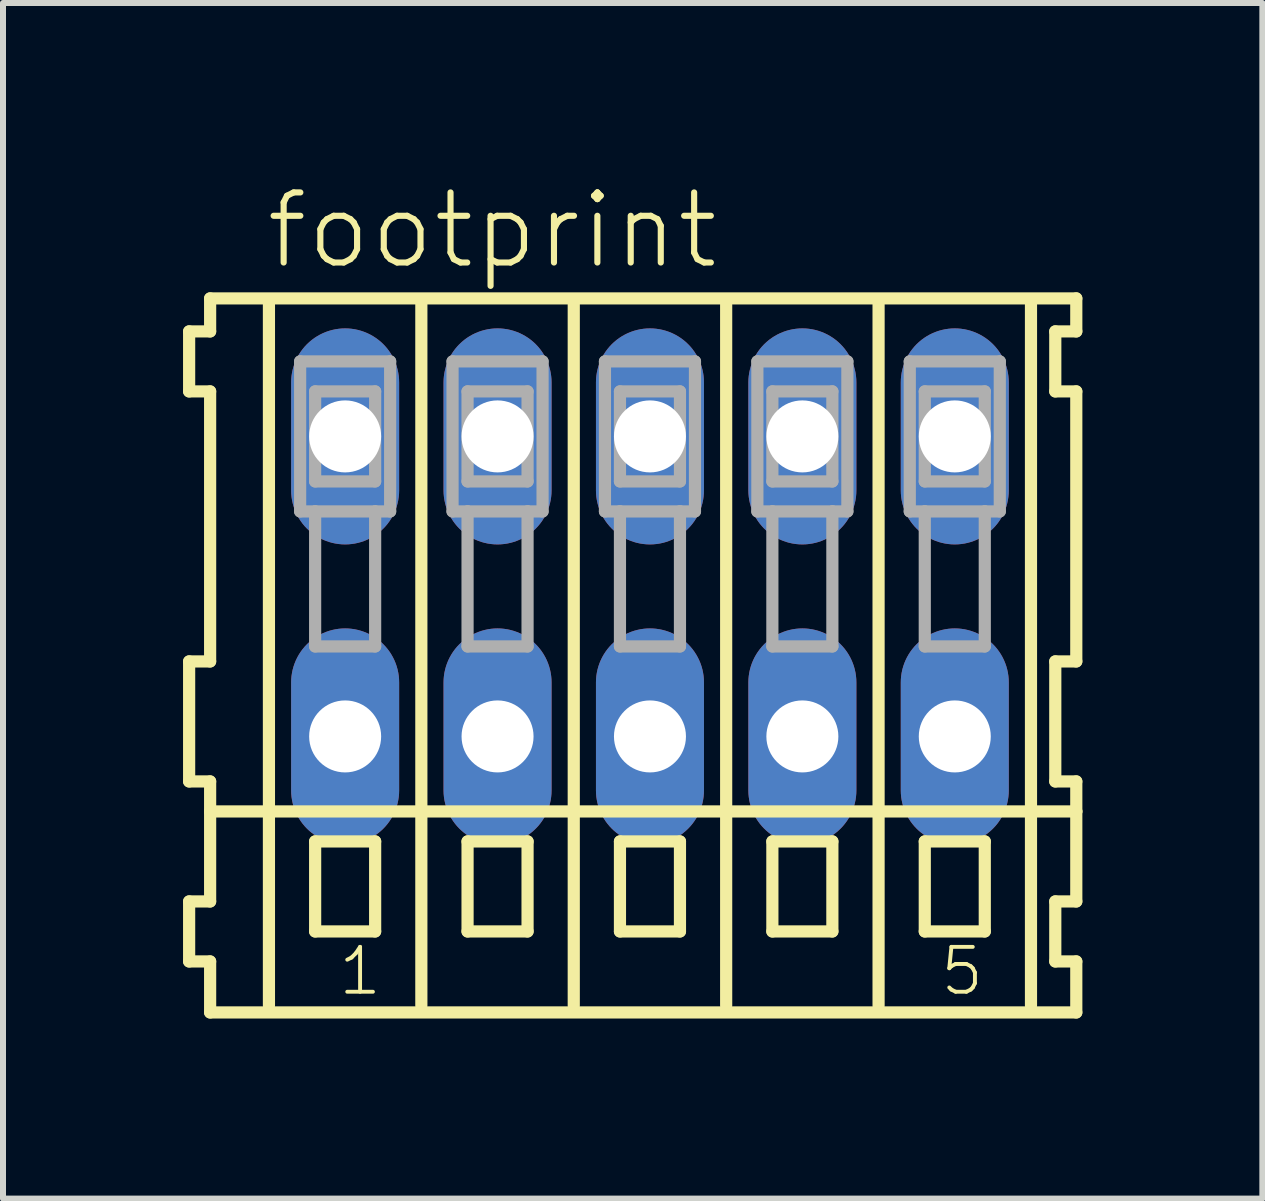
<source format=kicad_pcb>
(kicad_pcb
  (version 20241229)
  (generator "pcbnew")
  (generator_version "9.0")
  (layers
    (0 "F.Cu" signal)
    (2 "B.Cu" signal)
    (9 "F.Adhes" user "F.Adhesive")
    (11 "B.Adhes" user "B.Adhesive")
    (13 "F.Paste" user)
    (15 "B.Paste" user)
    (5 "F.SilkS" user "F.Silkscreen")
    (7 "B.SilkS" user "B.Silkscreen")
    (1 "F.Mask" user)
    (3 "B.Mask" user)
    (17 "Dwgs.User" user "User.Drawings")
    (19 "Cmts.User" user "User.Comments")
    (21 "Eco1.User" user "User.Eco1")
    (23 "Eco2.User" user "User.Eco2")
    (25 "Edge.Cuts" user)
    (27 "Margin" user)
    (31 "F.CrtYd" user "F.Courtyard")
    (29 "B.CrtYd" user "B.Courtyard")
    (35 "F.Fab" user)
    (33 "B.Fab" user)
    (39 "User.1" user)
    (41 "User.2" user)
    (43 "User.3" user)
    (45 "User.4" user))
  (footprint "footprint"
    (layer "F.Cu")
    (at 7.782 6.723)
    (property "Reference" "footprint" (at -6.45 -5.25 0) (layer "F.SilkS") (effects (font (size 1.168 1.168) (thickness 0.102)) (justify left bottom)))
    (fp_line (start -7.68 -4.25) (end -7.68 -3.25) (stroke (width 0.203) (type solid)) (layer "F.SilkS"))
    (fp_line (start -7.68 -3.25) (end -7.33 -3.25) (stroke (width 0.203) (type solid)) (layer "F.SilkS"))
    (fp_line (start -7.68 1.25) (end -7.68 3.25) (stroke (width 0.203) (type solid)) (layer "F.SilkS"))
    (fp_line (start -7.68 3.25) (end -7.33 3.25) (stroke (width 0.203) (type solid)) (layer "F.SilkS"))
    (fp_line (start -7.68 5.25) (end -7.68 6.25) (stroke (width 0.203) (type solid)) (layer "F.SilkS"))
    (fp_line (start -7.68 6.25) (end -7.33 6.25) (stroke (width 0.203) (type solid)) (layer "F.SilkS"))
    (fp_line (start -7.33 -4.8) (end -7.33 -4.25) (stroke (width 0.203) (type solid)) (layer "F.SilkS"))
    (fp_line (start -7.33 -4.25) (end -7.68 -4.25) (stroke (width 0.203) (type solid)) (layer "F.SilkS"))
    (fp_line (start -7.33 -3.25) (end -7.33 1.25) (stroke (width 0.203) (type solid)) (layer "F.SilkS"))
    (fp_line (start -7.33 1.25) (end -7.68 1.25) (stroke (width 0.203) (type solid)) (layer "F.SilkS"))
    (fp_line (start -7.33 3.25) (end -7.33 5.25) (stroke (width 0.203) (type solid)) (layer "F.SilkS"))
    (fp_line (start -7.33 3.75) (end 7.105 3.75) (stroke (width 0.203) (type solid)) (layer "F.SilkS"))
    (fp_line (start -7.33 5.25) (end -7.68 5.25) (stroke (width 0.203) (type solid)) (layer "F.SilkS"))
    (fp_line (start -7.33 6.25) (end -7.33 7.1) (stroke (width 0.203) (type solid)) (layer "F.SilkS"))
    (fp_line (start -7.33 7.1) (end 7.105 7.1) (stroke (width 0.203) (type solid)) (layer "F.SilkS"))
    (fp_line (start -6.35 6.985) (end -6.35 -4.699) (stroke (width 0.203) (type solid)) (layer "F.SilkS"))
    (fp_line (start -5.58 4.25) (end -5.58 5.75) (stroke (width 0.203) (type solid)) (layer "F.SilkS"))
    (fp_line (start -5.58 5.75) (end -4.58 5.75) (stroke (width 0.203) (type solid)) (layer "F.SilkS"))
    (fp_line (start -4.58 4.25) (end -5.58 4.25) (stroke (width 0.203) (type solid)) (layer "F.SilkS"))
    (fp_line (start -4.58 5.75) (end -4.58 4.25) (stroke (width 0.203) (type solid)) (layer "F.SilkS"))
    (fp_line (start -3.81 6.985) (end -3.81 -4.699) (stroke (width 0.203) (type solid)) (layer "F.SilkS"))
    (fp_line (start -3.04 4.25) (end -3.04 5.75) (stroke (width 0.203) (type solid)) (layer "F.SilkS"))
    (fp_line (start -3.04 5.75) (end -2.04 5.75) (stroke (width 0.203) (type solid)) (layer "F.SilkS"))
    (fp_line (start -2.04 4.25) (end -3.04 4.25) (stroke (width 0.203) (type solid)) (layer "F.SilkS"))
    (fp_line (start -2.04 5.75) (end -2.04 4.25) (stroke (width 0.203) (type solid)) (layer "F.SilkS"))
    (fp_line (start -1.27 6.985) (end -1.27 -4.699) (stroke (width 0.203) (type solid)) (layer "F.SilkS"))
    (fp_line (start -0.5 4.25) (end -0.5 5.75) (stroke (width 0.203) (type solid)) (layer "F.SilkS"))
    (fp_line (start -0.5 5.75) (end 0.5 5.75) (stroke (width 0.203) (type solid)) (layer "F.SilkS"))
    (fp_line (start 0.5 4.25) (end -0.5 4.25) (stroke (width 0.203) (type solid)) (layer "F.SilkS"))
    (fp_line (start 0.5 5.75) (end 0.5 4.25) (stroke (width 0.203) (type solid)) (layer "F.SilkS"))
    (fp_line (start 1.27 6.985) (end 1.27 -4.699) (stroke (width 0.203) (type solid)) (layer "F.SilkS"))
    (fp_line (start 2.04 4.25) (end 2.04 5.75) (stroke (width 0.203) (type solid)) (layer "F.SilkS"))
    (fp_line (start 2.04 5.75) (end 3.04 5.75) (stroke (width 0.203) (type solid)) (layer "F.SilkS"))
    (fp_line (start 3.04 4.25) (end 2.04 4.25) (stroke (width 0.203) (type solid)) (layer "F.SilkS"))
    (fp_line (start 3.04 5.75) (end 3.04 4.25) (stroke (width 0.203) (type solid)) (layer "F.SilkS"))
    (fp_line (start 3.81 6.985) (end 3.81 -4.699) (stroke (width 0.203) (type solid)) (layer "F.SilkS"))
    (fp_line (start 4.58 4.25) (end 4.58 5.75) (stroke (width 0.203) (type solid)) (layer "F.SilkS"))
    (fp_line (start 4.58 5.75) (end 5.58 5.75) (stroke (width 0.203) (type solid)) (layer "F.SilkS"))
    (fp_line (start 5.58 4.25) (end 4.58 4.25) (stroke (width 0.203) (type solid)) (layer "F.SilkS"))
    (fp_line (start 5.58 5.75) (end 5.58 4.25) (stroke (width 0.203) (type solid)) (layer "F.SilkS"))
    (fp_line (start 6.35 6.985) (end 6.35 -4.699) (stroke (width 0.203) (type solid)) (layer "F.SilkS"))
    (fp_line (start 6.755 -4.25) (end 6.755 -3.25) (stroke (width 0.203) (type solid)) (layer "F.SilkS"))
    (fp_line (start 6.755 -3.25) (end 7.105 -3.25) (stroke (width 0.203) (type solid)) (layer "F.SilkS"))
    (fp_line (start 6.755 1.25) (end 6.755 3.25) (stroke (width 0.203) (type solid)) (layer "F.SilkS"))
    (fp_line (start 6.755 3.25) (end 7.105 3.25) (stroke (width 0.203) (type solid)) (layer "F.SilkS"))
    (fp_line (start 6.755 5.25) (end 6.755 6.25) (stroke (width 0.203) (type solid)) (layer "F.SilkS"))
    (fp_line (start 6.755 6.25) (end 7.105 6.25) (stroke (width 0.203) (type solid)) (layer "F.SilkS"))
    (fp_line (start 7.105 -4.8) (end -7.33 -4.8) (stroke (width 0.203) (type solid)) (layer "F.SilkS"))
    (fp_line (start 7.105 -4.25) (end 6.755 -4.25) (stroke (width 0.203) (type solid)) (layer "F.SilkS"))
    (fp_line (start 7.105 -4.25) (end 7.105 -4.8) (stroke (width 0.203) (type solid)) (layer "F.SilkS"))
    (fp_line (start 7.105 1.25) (end 6.755 1.25) (stroke (width 0.203) (type solid)) (layer "F.SilkS"))
    (fp_line (start 7.105 1.25) (end 7.105 -3.25) (stroke (width 0.203) (type solid)) (layer "F.SilkS"))
    (fp_line (start 7.105 3.75) (end 7.105 3.25) (stroke (width 0.203) (type solid)) (layer "F.SilkS"))
    (fp_line (start 7.105 5.25) (end 6.755 5.25) (stroke (width 0.203) (type solid)) (layer "F.SilkS"))
    (fp_line (start 7.105 5.25) (end 7.105 3.75) (stroke (width 0.203) (type solid)) (layer "F.SilkS"))
    (fp_line (start 7.105 7.1) (end 7.105 6.25) (stroke (width 0.203) (type solid)) (layer "F.SilkS"))
    (fp_line (start -5.83 -3.75) (end -5.83 -1.25) (stroke (width 0.203) (type solid)) (layer "F.Fab"))
    (fp_line (start -5.83 -1.25) (end -5.58 -1.25) (stroke (width 0.203) (type solid)) (layer "F.Fab"))
    (fp_line (start -5.58 -3.25) (end -5.58 -1.75) (stroke (width 0.203) (type solid)) (layer "F.Fab"))
    (fp_line (start -5.58 -1.75) (end -4.58 -1.75) (stroke (width 0.203) (type solid)) (layer "F.Fab"))
    (fp_line (start -5.58 -1.25) (end -5.58 1) (stroke (width 0.203) (type solid)) (layer "F.Fab"))
    (fp_line (start -5.58 -1.25) (end -4.58 -1.25) (stroke (width 0.203) (type solid)) (layer "F.Fab"))
    (fp_line (start -5.58 1) (end -4.58 1) (stroke (width 0.203) (type solid)) (layer "F.Fab"))
    (fp_line (start -4.58 -3.25) (end -5.58 -3.25) (stroke (width 0.203) (type solid)) (layer "F.Fab"))
    (fp_line (start -4.58 -1.75) (end -4.58 -3.25) (stroke (width 0.203) (type solid)) (layer "F.Fab"))
    (fp_line (start -4.58 -1.25) (end -4.33 -1.25) (stroke (width 0.203) (type solid)) (layer "F.Fab"))
    (fp_line (start -4.58 1) (end -4.58 -1.25) (stroke (width 0.203) (type solid)) (layer "F.Fab"))
    (fp_line (start -4.33 -3.75) (end -5.83 -3.75) (stroke (width 0.203) (type solid)) (layer "F.Fab"))
    (fp_line (start -4.33 -1.25) (end -4.33 -3.75) (stroke (width 0.203) (type solid)) (layer "F.Fab"))
    (fp_line (start -3.29 -3.75) (end -3.29 -1.25) (stroke (width 0.203) (type solid)) (layer "F.Fab"))
    (fp_line (start -3.29 -1.25) (end -3.04 -1.25) (stroke (width 0.203) (type solid)) (layer "F.Fab"))
    (fp_line (start -3.04 -3.25) (end -3.04 -1.75) (stroke (width 0.203) (type solid)) (layer "F.Fab"))
    (fp_line (start -3.04 -1.75) (end -2.04 -1.75) (stroke (width 0.203) (type solid)) (layer "F.Fab"))
    (fp_line (start -3.04 -1.25) (end -3.04 1) (stroke (width 0.203) (type solid)) (layer "F.Fab"))
    (fp_line (start -3.04 -1.25) (end -2.04 -1.25) (stroke (width 0.203) (type solid)) (layer "F.Fab"))
    (fp_line (start -3.04 1) (end -2.04 1) (stroke (width 0.203) (type solid)) (layer "F.Fab"))
    (fp_line (start -2.04 -3.25) (end -3.04 -3.25) (stroke (width 0.203) (type solid)) (layer "F.Fab"))
    (fp_line (start -2.04 -1.75) (end -2.04 -3.25) (stroke (width 0.203) (type solid)) (layer "F.Fab"))
    (fp_line (start -2.04 -1.25) (end -1.79 -1.25) (stroke (width 0.203) (type solid)) (layer "F.Fab"))
    (fp_line (start -2.04 1) (end -2.04 -1.25) (stroke (width 0.203) (type solid)) (layer "F.Fab"))
    (fp_line (start -1.79 -3.75) (end -3.29 -3.75) (stroke (width 0.203) (type solid)) (layer "F.Fab"))
    (fp_line (start -1.79 -1.25) (end -1.79 -3.75) (stroke (width 0.203) (type solid)) (layer "F.Fab"))
    (fp_line (start -0.75 -3.75) (end -0.75 -1.25) (stroke (width 0.203) (type solid)) (layer "F.Fab"))
    (fp_line (start -0.75 -1.25) (end -0.5 -1.25) (stroke (width 0.203) (type solid)) (layer "F.Fab"))
    (fp_line (start -0.5 -3.25) (end -0.5 -1.75) (stroke (width 0.203) (type solid)) (layer "F.Fab"))
    (fp_line (start -0.5 -1.75) (end 0.5 -1.75) (stroke (width 0.203) (type solid)) (layer "F.Fab"))
    (fp_line (start -0.5 -1.25) (end -0.5 1) (stroke (width 0.203) (type solid)) (layer "F.Fab"))
    (fp_line (start -0.5 -1.25) (end 0.5 -1.25) (stroke (width 0.203) (type solid)) (layer "F.Fab"))
    (fp_line (start -0.5 1) (end 0.5 1) (stroke (width 0.203) (type solid)) (layer "F.Fab"))
    (fp_line (start 0.5 -3.25) (end -0.5 -3.25) (stroke (width 0.203) (type solid)) (layer "F.Fab"))
    (fp_line (start 0.5 -1.75) (end 0.5 -3.25) (stroke (width 0.203) (type solid)) (layer "F.Fab"))
    (fp_line (start 0.5 -1.25) (end 0.75 -1.25) (stroke (width 0.203) (type solid)) (layer "F.Fab"))
    (fp_line (start 0.5 1) (end 0.5 -1.25) (stroke (width 0.203) (type solid)) (layer "F.Fab"))
    (fp_line (start 0.75 -3.75) (end -0.75 -3.75) (stroke (width 0.203) (type solid)) (layer "F.Fab"))
    (fp_line (start 0.75 -1.25) (end 0.75 -3.75) (stroke (width 0.203) (type solid)) (layer "F.Fab"))
    (fp_line (start 1.79 -3.75) (end 1.79 -1.25) (stroke (width 0.203) (type solid)) (layer "F.Fab"))
    (fp_line (start 1.79 -1.25) (end 2.04 -1.25) (stroke (width 0.203) (type solid)) (layer "F.Fab"))
    (fp_line (start 2.04 -3.25) (end 2.04 -1.75) (stroke (width 0.203) (type solid)) (layer "F.Fab"))
    (fp_line (start 2.04 -1.75) (end 3.04 -1.75) (stroke (width 0.203) (type solid)) (layer "F.Fab"))
    (fp_line (start 2.04 -1.25) (end 2.04 1) (stroke (width 0.203) (type solid)) (layer "F.Fab"))
    (fp_line (start 2.04 -1.25) (end 3.04 -1.25) (stroke (width 0.203) (type solid)) (layer "F.Fab"))
    (fp_line (start 2.04 1) (end 3.04 1) (stroke (width 0.203) (type solid)) (layer "F.Fab"))
    (fp_line (start 3.04 -3.25) (end 2.04 -3.25) (stroke (width 0.203) (type solid)) (layer "F.Fab"))
    (fp_line (start 3.04 -1.75) (end 3.04 -3.25) (stroke (width 0.203) (type solid)) (layer "F.Fab"))
    (fp_line (start 3.04 -1.25) (end 3.29 -1.25) (stroke (width 0.203) (type solid)) (layer "F.Fab"))
    (fp_line (start 3.04 1) (end 3.04 -1.25) (stroke (width 0.203) (type solid)) (layer "F.Fab"))
    (fp_line (start 3.29 -3.75) (end 1.79 -3.75) (stroke (width 0.203) (type solid)) (layer "F.Fab"))
    (fp_line (start 3.29 -1.25) (end 3.29 -3.75) (stroke (width 0.203) (type solid)) (layer "F.Fab"))
    (fp_line (start 4.33 -3.75) (end 4.33 -1.25) (stroke (width 0.203) (type solid)) (layer "F.Fab"))
    (fp_line (start 4.33 -1.25) (end 4.58 -1.25) (stroke (width 0.203) (type solid)) (layer "F.Fab"))
    (fp_line (start 4.58 -3.25) (end 4.58 -1.75) (stroke (width 0.203) (type solid)) (layer "F.Fab"))
    (fp_line (start 4.58 -1.75) (end 5.58 -1.75) (stroke (width 0.203) (type solid)) (layer "F.Fab"))
    (fp_line (start 4.58 -1.25) (end 4.58 1) (stroke (width 0.203) (type solid)) (layer "F.Fab"))
    (fp_line (start 4.58 -1.25) (end 5.58 -1.25) (stroke (width 0.203) (type solid)) (layer "F.Fab"))
    (fp_line (start 4.58 1) (end 5.58 1) (stroke (width 0.203) (type solid)) (layer "F.Fab"))
    (fp_line (start 5.58 -3.25) (end 4.58 -3.25) (stroke (width 0.203) (type solid)) (layer "F.Fab"))
    (fp_line (start 5.58 -1.75) (end 5.58 -3.25) (stroke (width 0.203) (type solid)) (layer "F.Fab"))
    (fp_line (start 5.58 -1.25) (end 5.83 -1.25) (stroke (width 0.203) (type solid)) (layer "F.Fab"))
    (fp_line (start 5.58 1) (end 5.58 -1.25) (stroke (width 0.203) (type solid)) (layer "F.Fab"))
    (fp_line (start 5.83 -3.75) (end 4.33 -3.75) (stroke (width 0.203) (type solid)) (layer "F.Fab"))
    (fp_line (start 5.83 -1.25) (end 5.83 -3.75) (stroke (width 0.203) (type solid)) (layer "F.Fab"))
    (fp_text user "1" (at -5.23 6.85 0) (layer "F.SilkS") (effects (font (size 0.748 0.748) (thickness 0.065)) (justify left bottom)))
    (fp_text user "5" (at 4.803 6.85 0) (layer "F.SilkS") (effects (font (size 0.748 0.748) (thickness 0.065)) (justify left bottom)))
    (pad "A1" thru_hole oval (at -5.08 -2.5 90) (size 3.6 1.8) (drill 1.2) (layers "*.Cu" "*.Mask"))
    (pad "A2" thru_hole oval (at -2.54 -2.5 90) (size 3.6 1.8) (drill 1.2) (layers "*.Cu" "*.Mask"))
    (pad "A3" thru_hole oval (at 0 -2.5 90) (size 3.6 1.8) (drill 1.2) (layers "*.Cu" "*.Mask"))
    (pad "A4" thru_hole oval (at 2.54 -2.5 90) (size 3.6 1.8) (drill 1.2) (layers "*.Cu" "*.Mask"))
    (pad "A5" thru_hole oval (at 5.08 -2.5 90) (size 3.6 1.8) (drill 1.2) (layers "*.Cu" "*.Mask"))
    (pad "B1" thru_hole oval (at -5.08 2.5 90) (size 3.6 1.8) (drill 1.2) (layers "*.Cu" "*.Mask"))
    (pad "B2" thru_hole oval (at -2.54 2.5 90) (size 3.6 1.8) (drill 1.2) (layers "*.Cu" "*.Mask"))
    (pad "B3" thru_hole oval (at 0 2.5 90) (size 3.6 1.8) (drill 1.2) (layers "*.Cu" "*.Mask"))
    (pad "B4" thru_hole oval (at 2.54 2.5 90) (size 3.6 1.8) (drill 1.2) (layers "*.Cu" "*.Mask"))
    (pad "B5" thru_hole oval (at 5.08 2.5 90) (size 3.6 1.8) (drill 1.2) (layers "*.Cu" "*.Mask")))
  (gr_rect
    (start -3 -3)
    (end 17.988 16.925)
    (stroke (width 0.1) (type default))
    (fill no)
    (layer "Edge.Cuts")))
</source>
